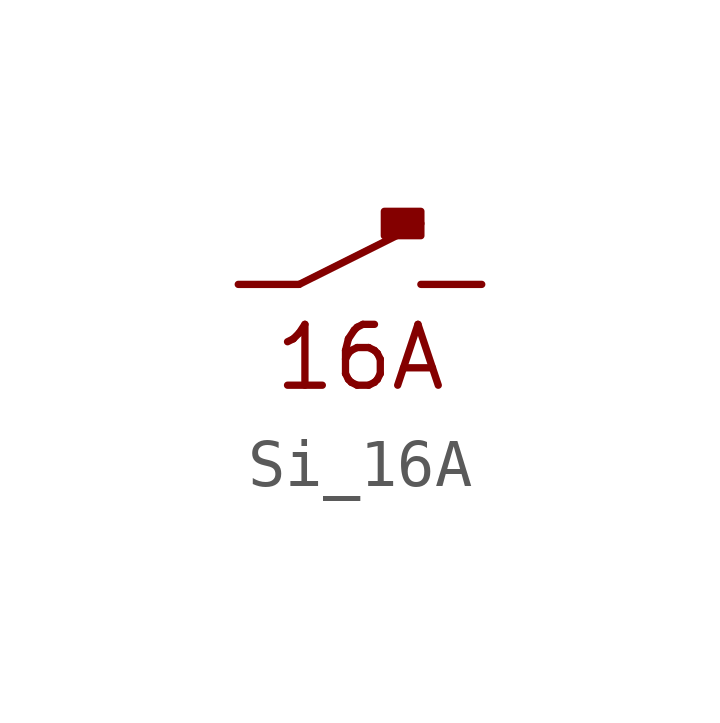
<source format=kicad_sym>
(kicad_symbol_lib
  (version 20211014)
  (generator kicad_symbol_editor)
  (symbol "Si_16A"
    (pin_numbers hide)
    (pin_names
      (offset 0) hide)
    (property "Reference" "U"
      (at 0 5.08 0)
      (effects (font (size 1.27 1.27)) hide))
    (symbol "Si_16A_0_0"
      (polyline (pts (xy 1.27 0) (xy 3.81 1.27)) (stroke (width 0) (type default) (color 0 0 0 0)) (fill (type none)))
      (rectangle (start 3.81 1.524) (end 3.048 1.016) (stroke (width 0) (type default) (color 0 0 0 0)) (fill (type outline)))
      (text "16A" (at 2.54 -1.524 0) (effects (font (size 1.27 1.27)))))
    (symbol "Si_16A_1_1"
      (pin passive line (at 0 0 0) (length 1.27) (name "2" (effects (font (size 1.27 1.27)))) (number "2" (effects (font (size 1.27 1.27)))))
      (pin passive line (at 5.08 0 180) (length 1.27) (name "2" (effects (font (size 1.27 1.27)))) (number "2" (effects (font (size 1.27 1.27))))))))
</source>
